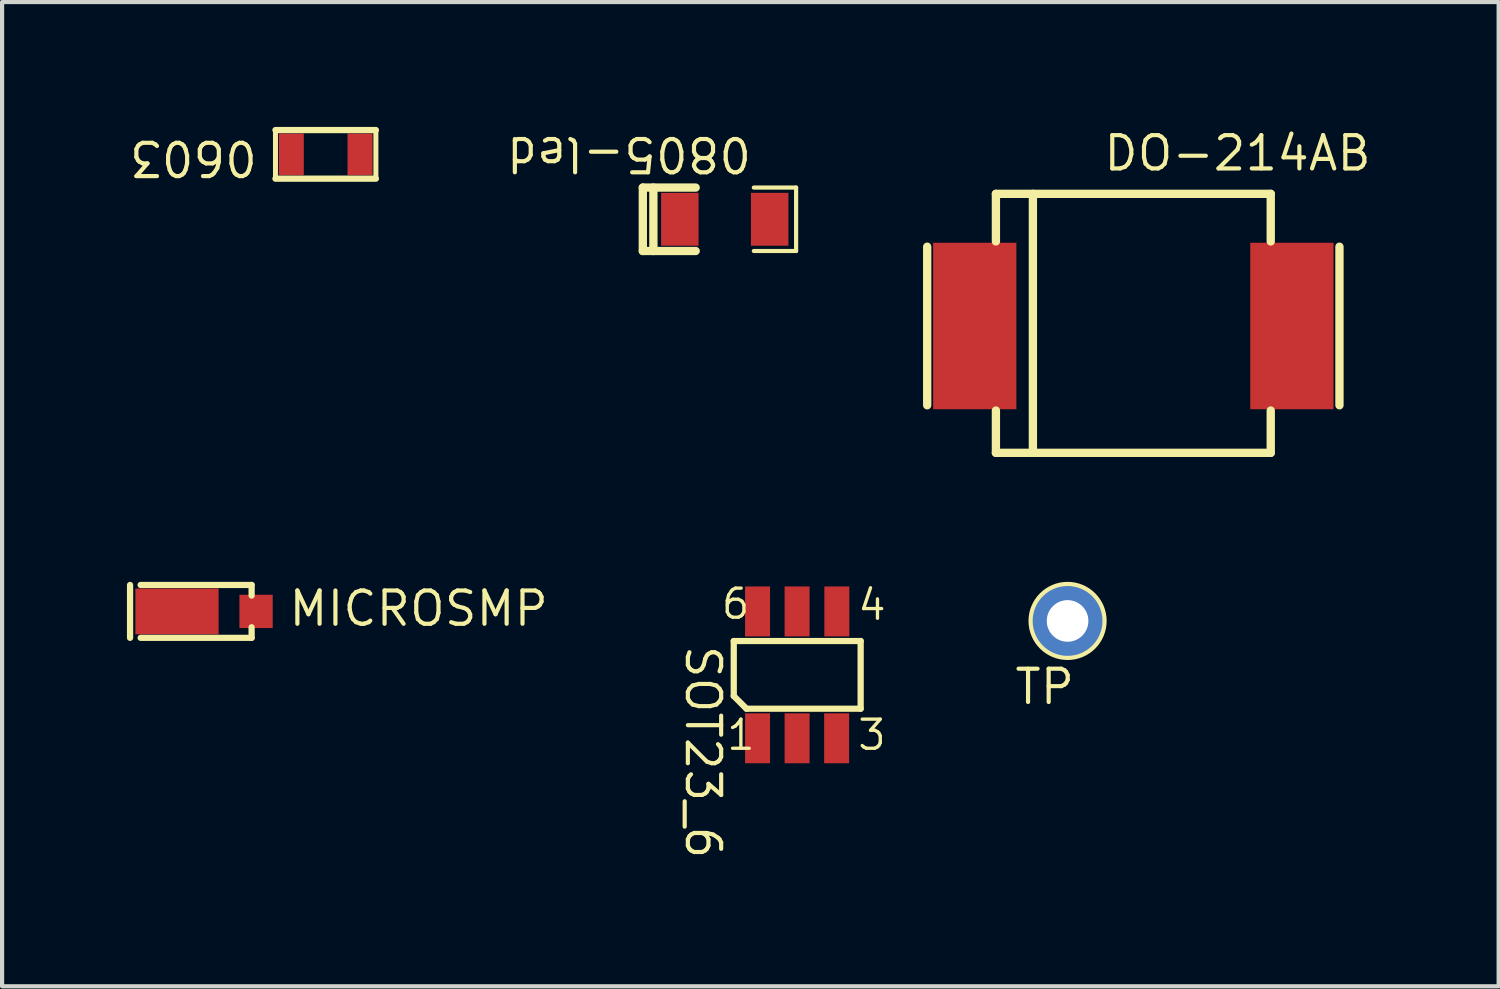
<source format=kicad_pcb>
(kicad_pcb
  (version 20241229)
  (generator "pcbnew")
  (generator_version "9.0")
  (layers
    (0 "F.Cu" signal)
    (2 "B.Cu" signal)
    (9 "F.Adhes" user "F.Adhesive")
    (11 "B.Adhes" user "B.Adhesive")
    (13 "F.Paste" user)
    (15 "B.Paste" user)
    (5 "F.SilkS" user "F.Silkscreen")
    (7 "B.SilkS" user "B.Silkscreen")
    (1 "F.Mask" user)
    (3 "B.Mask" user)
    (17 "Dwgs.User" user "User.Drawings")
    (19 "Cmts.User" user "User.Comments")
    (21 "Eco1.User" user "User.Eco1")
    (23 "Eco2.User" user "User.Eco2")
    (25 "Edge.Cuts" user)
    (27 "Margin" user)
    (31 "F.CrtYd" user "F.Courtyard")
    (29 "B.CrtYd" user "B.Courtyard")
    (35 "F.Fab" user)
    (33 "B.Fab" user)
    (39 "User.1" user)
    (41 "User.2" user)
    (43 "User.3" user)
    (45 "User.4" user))
  (footprint "0805-led"
    (layer "F.Cu")
    (at 13.285 2.219)
    (property "Reference" "0805-led" (at 1.778 -2.032 180) (unlocked yes) (layer "F.SilkS") (effects (font (size 0.8 0.8) (thickness 0.1)) (justify left bottom)))
    (fp_line (start -0.889 0.762) (end -0.889 -0.762) (stroke (width 0.2) (type solid)) (layer "F.SilkS"))
    (fp_line (start -0.635 0.762) (end -0.635 -0.762) (stroke (width 0.2) (type solid)) (layer "F.SilkS"))
    (fp_line (start 0.381 -0.762) (end -0.889 -0.762) (stroke (width 0.2) (type solid)) (layer "F.SilkS"))
    (fp_line (start 0.381 0.762) (end -0.889 0.762) (stroke (width 0.2) (type solid)) (layer "F.SilkS"))
    (fp_line (start 2.794 -0.762) (end 1.778 -0.762) (stroke (width 0.1) (type solid)) (layer "F.SilkS"))
    (fp_line (start 2.794 0.762) (end 1.778 0.762) (stroke (width 0.1) (type solid)) (layer "F.SilkS"))
    (fp_line (start 2.794 0.762) (end 2.794 -0.762) (stroke (width 0.1) (type solid)) (layer "F.SilkS"))
    (pad "1" smd rect (at 0 0) (size 0.9 1.27) (layers "F.Cu" "F.Mask" "F.Paste"))
    (pad "2" smd rect (at 2.159 0) (size 0.9 1.27) (layers "F.Cu" "F.Mask" "F.Paste")))
  (footprint "MICROSMP"
    (layer "F.Cu")
    (at 1.203 11.641)
    (property "Reference" "MICROSMP" (at 2.636 0.4 0) (unlocked yes) (layer "F.SilkS") (effects (font (size 0.8 0.8) (thickness 0.1)) (justify left bottom)))
    (fp_line (start -1.128 -0.635) (end -1.128 0.635) (stroke (width 0.15) (type solid)) (layer "F.SilkS"))
    (fp_line (start -0.874 -0.635) (end 1.793 -0.635) (stroke (width 0.15) (type solid)) (layer "F.SilkS"))
    (fp_line (start -0.874 0.635) (end 1.793 0.635) (stroke (width 0.15) (type solid)) (layer "F.SilkS"))
    (fp_line (start 1.793 -0.635) (end 1.793 -0.381) (stroke (width 0.15) (type solid)) (layer "F.SilkS"))
    (fp_line (start 1.793 0.381) (end 1.793 0.635) (stroke (width 0.15) (type solid)) (layer "F.SilkS"))
    (pad "1" smd rect (at 0 0) (size 2 1.1) (layers "F.Cu" "F.Mask" "F.Paste"))
    (pad "2" smd rect (at 1.9 0) (size 0.8 0.8) (layers "F.Cu" "F.Mask" "F.Paste")))
  (footprint "TP"
    (layer "F.Cu")
    (at 22.602 11.87)
    (property "Reference" "TP" (at -1.32 2.051 0) (unlocked yes) (layer "F.SilkS") (effects (font (size 0.8 0.8) (thickness 0.1)) (justify left bottom)))
    (fp_circle (center 0 0) (end 0 -0.889) (stroke (width 0.1) (type solid)) (fill no) (layer "F.SilkS"))
    (pad "1" thru_hole circle (at 0 0 90) (size 1.8 1.8) (drill 1) (layers "*.Cu" "*.Mask")))
  (footprint "0603"
    (layer "F.Cu")
    (at 3.95 0.659)
    (property "Reference" "0603" (at -0.762 -0.381 180) (unlocked yes) (layer "F.SilkS") (effects (font (size 0.8 0.8) (thickness 0.1)) (justify left bottom)))
    (fp_line (start -0.381 0.584) (end -0.381 -0.584) (stroke (width 0.12) (type solid)) (layer "F.SilkS"))
    (fp_line (start -0.381 0.584) (end 2.032 0.584) (stroke (width 0.15) (type solid)) (layer "F.SilkS"))
    (fp_line (start 2.032 -0.584) (end -0.381 -0.584) (stroke (width 0.15) (type solid)) (layer "F.SilkS"))
    (fp_line (start 2.032 0.584) (end 2.032 -0.584) (stroke (width 0.12) (type solid)) (layer "F.SilkS"))
    (pad "1" smd rect (at 0 0) (size 0.6 1) (layers "F.Cu" "F.Mask" "F.Paste"))
    (pad "2" smd rect (at 1.651 0) (size 0.6 1) (layers "F.Cu" "F.Mask" "F.Paste")))
  (footprint "SOT23_6"
    (layer "F.Cu")
    (at 15.153 14.69)
    (property "Reference" "SOT23_6" (at -1.778 -2.286 270) (unlocked yes) (layer "F.SilkS") (effects (font (size 0.8 0.8) (thickness 0.1)) (justify left bottom)))
    (fp_line (start -0.572 -2.337) (end -0.572 -1.016) (stroke (width 0.15) (type solid)) (layer "F.SilkS"))
    (fp_line (start -0.572 -2.337) (end 2.477 -2.337) (stroke (width 0.15) (type solid)) (layer "F.SilkS"))
    (fp_line (start -0.572 -1.016) (end -0.267 -0.711) (stroke (width 0.15) (type solid)) (layer "F.SilkS"))
    (fp_line (start -0.267 -0.711) (end 2.477 -0.711) (stroke (width 0.15) (type solid)) (layer "F.SilkS"))
    (fp_line (start 2.477 -2.337) (end 2.477 -0.711) (stroke (width 0.15) (type solid)) (layer "F.SilkS"))
    (fp_text user "1" (at -0.787 0.33 0) (unlocked yes) (layer "F.SilkS") (effects (font (size 0.7 0.7) (thickness 0.08)) (justify left bottom)))
    (fp_text user "6" (at -0.914 -2.819 0) (unlocked yes) (layer "F.SilkS") (effects (font (size 0.7 0.7) (thickness 0.08)) (justify left bottom)))
    (fp_text user "3" (at 2.362 0.33 0) (unlocked yes) (layer "F.SilkS") (effects (font (size 0.7 0.7) (thickness 0.08)) (justify left bottom)))
    (fp_text user "4" (at 2.362 -2.794 0) (unlocked yes) (layer "F.SilkS") (effects (font (size 0.7 0.7) (thickness 0.08)) (justify left bottom)))
    (pad "1" smd rect (at 0 0) (size 0.6 1.2) (layers "F.Cu" "F.Mask" "F.Paste"))
    (pad "2" smd rect (at 0.95 0) (size 0.6 1.2) (layers "F.Cu" "F.Mask" "F.Paste"))
    (pad "3" smd rect (at 1.9 0) (size 0.6 1.2) (layers "F.Cu" "F.Mask" "F.Paste"))
    (pad "4" smd rect (at 1.905 -3.048) (size 0.6 1.2) (layers "F.Cu" "F.Mask" "F.Paste"))
    (pad "5" smd rect (at 0.95 -3.048) (size 0.6 1.2) (layers "F.Cu" "F.Mask" "F.Paste"))
    (pad "6" smd rect (at 0 -3.048) (size 0.6 1.2) (layers "F.Cu" "F.Mask" "F.Paste")))
  (footprint "DO-214AB"
    (layer "F.Cu")
    (at 20.372 4.783)
    (property "Reference" "DO-214AB" (at 3.048 -3.683 0) (unlocked yes) (layer "F.SilkS") (effects (font (size 0.8 0.8) (thickness 0.1)) (justify left bottom)))
    (fp_line (start -1.143 -1.905) (end -1.143 1.905) (stroke (width 0.2) (type solid)) (layer "F.SilkS"))
    (fp_line (start 0.508 -3.175) (end 0.508 -2.032) (stroke (width 0.2) (type solid)) (layer "F.SilkS"))
    (fp_line (start 0.508 -3.175) (end 7.112 -3.175) (stroke (width 0.2) (type solid)) (layer "F.SilkS"))
    (fp_line (start 0.508 2.032) (end 0.508 3.048) (stroke (width 0.2) (type solid)) (layer "F.SilkS"))
    (fp_line (start 0.508 3.048) (end 7.112 3.048) (stroke (width 0.2) (type solid)) (layer "F.SilkS"))
    (fp_line (start 1.397 -3.175) (end 1.397 3.048) (stroke (width 0.2) (type solid)) (layer "F.SilkS"))
    (fp_line (start 7.112 -3.175) (end 7.112 -2.032) (stroke (width 0.2) (type solid)) (layer "F.SilkS"))
    (fp_line (start 7.112 2.032) (end 7.112 3.048) (stroke (width 0.2) (type solid)) (layer "F.SilkS"))
    (fp_line (start 8.763 -1.905) (end 8.763 1.905) (stroke (width 0.2) (type solid)) (layer "F.SilkS"))
    (pad "1" smd rect (at 0 0) (size 2 4) (layers "F.Cu" "F.Mask" "F.Paste"))
    (pad "2" smd rect (at 7.62 0) (size 2 4) (layers "F.Cu" "F.Mask" "F.Paste")))
  (gr_rect
    (start -3 -3)
    (end 32.96 20.649)
    (stroke (width 0.1) (type default))
    (fill no)
    (layer "Edge.Cuts")))
</source>
